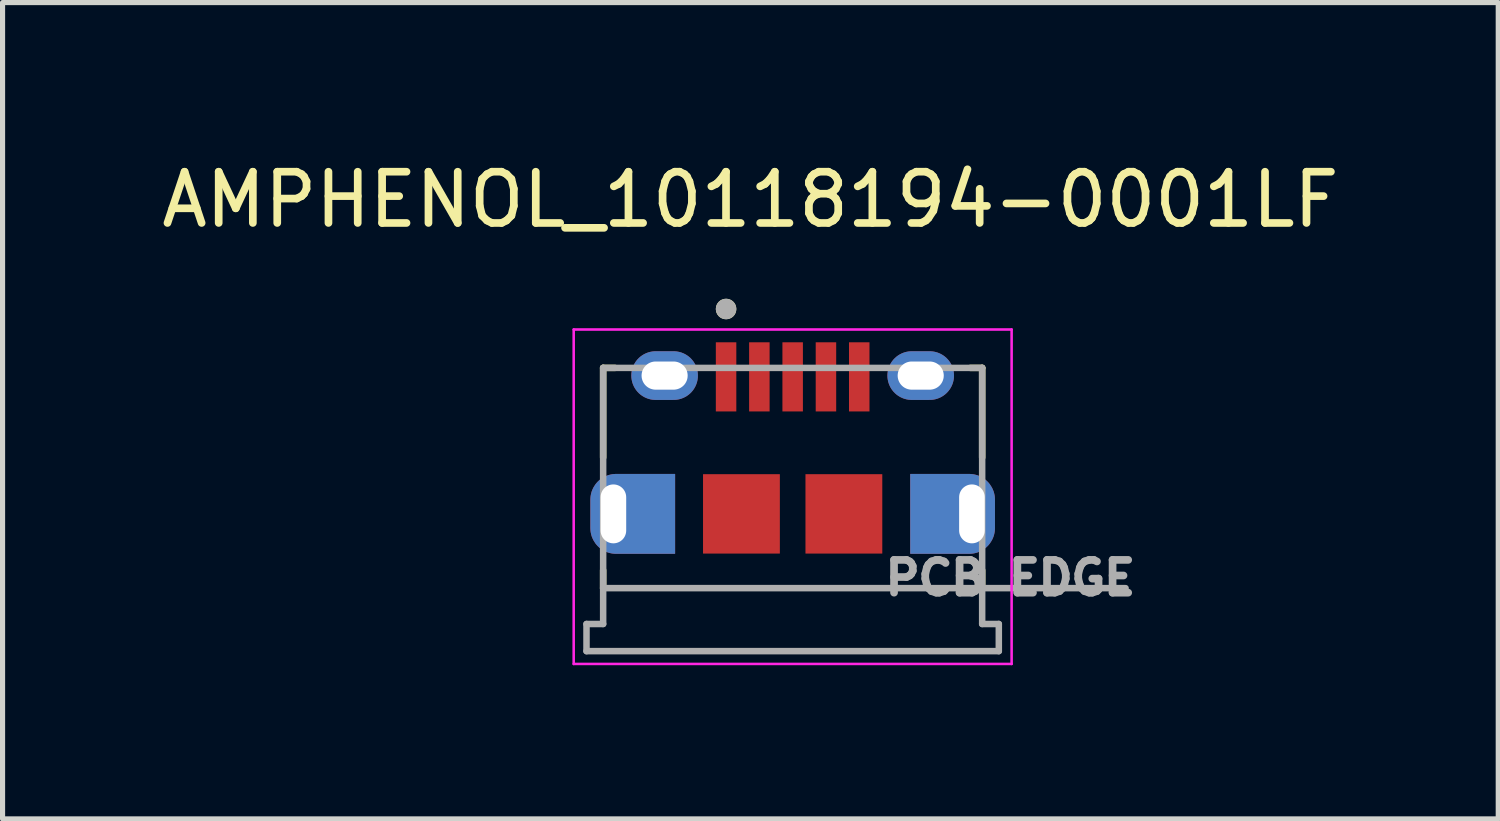
<source format=kicad_pcb>
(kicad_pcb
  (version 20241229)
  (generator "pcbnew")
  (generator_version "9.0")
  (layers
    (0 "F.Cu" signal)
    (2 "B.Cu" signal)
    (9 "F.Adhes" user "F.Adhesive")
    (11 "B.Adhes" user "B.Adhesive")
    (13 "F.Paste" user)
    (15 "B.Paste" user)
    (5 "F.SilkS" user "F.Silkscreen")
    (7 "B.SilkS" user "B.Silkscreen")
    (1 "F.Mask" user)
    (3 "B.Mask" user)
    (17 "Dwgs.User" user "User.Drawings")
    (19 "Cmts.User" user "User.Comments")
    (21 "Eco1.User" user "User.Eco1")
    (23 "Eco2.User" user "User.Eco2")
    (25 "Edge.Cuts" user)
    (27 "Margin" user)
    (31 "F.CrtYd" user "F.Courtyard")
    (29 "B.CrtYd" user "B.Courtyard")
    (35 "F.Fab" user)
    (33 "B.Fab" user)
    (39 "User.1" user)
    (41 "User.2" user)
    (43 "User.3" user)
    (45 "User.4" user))
  (footprint "AMPHENOL_10118194-0001LF"
    (layer "F.Cu")
    (at 12.426 6.983)
    (property "Reference" "AMPHENOL_10118194-0001LF" (at -0.825 -6.135 0) (layer "F.SilkS") (effects (font (size 1 1) (thickness 0.15))))
    (attr smd)
    (fp_poly (pts (xy -2.2 0.875) (xy -3.445 0.875) (xy -3.476 0.874) (xy -3.508 0.872) (xy -3.539 0.868) (xy -3.57 0.862) (xy -3.6 0.855) (xy -3.63 0.846) (xy -3.66 0.835) (xy -3.689 0.823) (xy -3.717 0.81) (xy -3.745 0.795) (xy -3.772 0.778) (xy -3.798 0.76) (xy -3.823 0.741) (xy -3.846 0.721) (xy -3.869 0.699) (xy -3.891 0.676) (xy -3.911 0.653) (xy -3.93 0.628) (xy -3.948 0.602) (xy -3.965 0.575) (xy -3.98 0.547) (xy -3.993 0.519) (xy -4.005 0.49) (xy -4.016 0.46) (xy -4.025 0.43) (xy -4.032 0.4) (xy -4.038 0.369) (xy -4.042 0.338) (xy -4.044 0.306) (xy -4.045 0.275) (xy -4.045 -0.275) (xy -4.044 -0.306) (xy -4.042 -0.338) (xy -4.038 -0.369) (xy -4.032 -0.4) (xy -4.025 -0.43) (xy -4.016 -0.46) (xy -4.005 -0.49) (xy -3.993 -0.519) (xy -3.98 -0.547) (xy -3.965 -0.575) (xy -3.948 -0.602) (xy -3.93 -0.628) (xy -3.911 -0.653) (xy -3.891 -0.676) (xy -3.869 -0.699) (xy -3.846 -0.721) (xy -3.823 -0.741) (xy -3.798 -0.76) (xy -3.772 -0.778) (xy -3.745 -0.795) (xy -3.717 -0.81) (xy -3.689 -0.823) (xy -3.66 -0.835) (xy -3.63 -0.846) (xy -3.6 -0.855) (xy -3.57 -0.862) (xy -3.539 -0.868) (xy -3.508 -0.872) (xy -3.476 -0.874) (xy -3.445 -0.875) (xy -2.2 -0.875) (xy -2.2 0.875)) (stroke (width 0.01) (type solid)) (fill yes) (layer "F.Mask"))
    (fp_poly (pts (xy 2.2 -0.875) (xy 3.445 -0.875) (xy 3.476 -0.874) (xy 3.508 -0.872) (xy 3.539 -0.868) (xy 3.57 -0.862) (xy 3.6 -0.855) (xy 3.63 -0.846) (xy 3.66 -0.835) (xy 3.689 -0.823) (xy 3.717 -0.81) (xy 3.745 -0.795) (xy 3.772 -0.778) (xy 3.798 -0.76) (xy 3.823 -0.741) (xy 3.846 -0.721) (xy 3.869 -0.699) (xy 3.891 -0.676) (xy 3.911 -0.653) (xy 3.93 -0.628) (xy 3.948 -0.602) (xy 3.965 -0.575) (xy 3.98 -0.547) (xy 3.993 -0.519) (xy 4.005 -0.49) (xy 4.016 -0.46) (xy 4.025 -0.43) (xy 4.032 -0.4) (xy 4.038 -0.369) (xy 4.042 -0.338) (xy 4.044 -0.306) (xy 4.045 -0.275) (xy 4.045 0.275) (xy 4.044 0.306) (xy 4.042 0.338) (xy 4.038 0.369) (xy 4.032 0.4) (xy 4.025 0.43) (xy 4.016 0.46) (xy 4.005 0.49) (xy 3.993 0.519) (xy 3.98 0.547) (xy 3.965 0.575) (xy 3.948 0.602) (xy 3.93 0.628) (xy 3.911 0.653) (xy 3.891 0.676) (xy 3.869 0.699) (xy 3.846 0.721) (xy 3.823 0.741) (xy 3.798 0.76) (xy 3.772 0.778) (xy 3.745 0.795) (xy 3.717 0.81) (xy 3.689 0.823) (xy 3.66 0.835) (xy 3.63 0.846) (xy 3.6 0.855) (xy 3.57 0.862) (xy 3.539 0.868) (xy 3.508 0.872) (xy 3.476 0.874) (xy 3.445 0.875) (xy 2.2 0.875) (xy 2.2 -0.875)) (stroke (width 0.01) (type solid)) (fill yes) (layer "F.Mask"))
    (fp_poly (pts (xy -3.013 -0.388) (xy -3.013 0.388) (xy -3.013 0.413) (xy -3.015 0.438) (xy -3.019 0.464) (xy -3.023 0.489) (xy -3.029 0.514) (xy -3.036 0.538) (xy -3.045 0.562) (xy -3.055 0.586) (xy -3.066 0.609) (xy -3.078 0.631) (xy -3.091 0.653) (xy -3.106 0.674) (xy -3.121 0.694) (xy -3.138 0.714) (xy -3.155 0.732) (xy -3.174 0.75) (xy -3.193 0.766) (xy -3.213 0.782) (xy -3.234 0.796) (xy -3.256 0.81) (xy -3.279 0.822) (xy -3.302 0.833) (xy -3.325 0.843) (xy -3.349 0.851) (xy -3.374 0.858) (xy -3.399 0.864) (xy -3.424 0.869) (xy -3.449 0.872) (xy -3.474 0.874) (xy -3.5 0.875) (xy -3.526 0.874) (xy -3.551 0.872) (xy -3.576 0.869) (xy -3.601 0.864) (xy -3.626 0.858) (xy -3.651 0.851) (xy -3.675 0.843) (xy -3.698 0.833) (xy -3.721 0.822) (xy -3.744 0.81) (xy -3.766 0.796) (xy -3.787 0.782) (xy -3.807 0.766) (xy -3.826 0.75) (xy -3.845 0.732) (xy -3.862 0.714) (xy -3.879 0.694) (xy -3.894 0.674) (xy -3.909 0.653) (xy -3.922 0.631) (xy -3.934 0.609) (xy -3.945 0.586) (xy -3.955 0.562) (xy -3.964 0.538) (xy -3.971 0.514) (xy -3.977 0.489) (xy -3.981 0.464) (xy -3.985 0.438) (xy -3.987 0.413) (xy -3.987 0.388) (xy -3.987 -0.388) (xy -3.987 -0.413) (xy -3.985 -0.438) (xy -3.981 -0.464) (xy -3.977 -0.489) (xy -3.971 -0.514) (xy -3.964 -0.538) (xy -3.955 -0.562) (xy -3.945 -0.586) (xy -3.934 -0.609) (xy -3.922 -0.631) (xy -3.909 -0.653) (xy -3.894 -0.674) (xy -3.879 -0.694) (xy -3.862 -0.714) (xy -3.845 -0.732) (xy -3.826 -0.75) (xy -3.807 -0.766) (xy -3.787 -0.782) (xy -3.766 -0.796) (xy -3.744 -0.81) (xy -3.721 -0.822) (xy -3.698 -0.833) (xy -3.675 -0.843) (xy -3.651 -0.851) (xy -3.626 -0.858) (xy -3.601 -0.864) (xy -3.576 -0.869) (xy -3.551 -0.872) (xy -3.526 -0.874) (xy -3.5 -0.875) (xy -3.474 -0.874) (xy -3.449 -0.872) (xy -3.424 -0.869) (xy -3.399 -0.864) (xy -3.374 -0.858) (xy -3.349 -0.851) (xy -3.325 -0.843) (xy -3.302 -0.833) (xy -3.279 -0.822) (xy -3.256 -0.81) (xy -3.234 -0.796) (xy -3.213 -0.782) (xy -3.193 -0.766) (xy -3.174 -0.75) (xy -3.155 -0.732) (xy -3.138 -0.714) (xy -3.121 -0.694) (xy -3.106 -0.674) (xy -3.091 -0.653) (xy -3.078 -0.631) (xy -3.066 -0.609) (xy -3.055 -0.586) (xy -3.045 -0.562) (xy -3.036 -0.538) (xy -3.029 -0.514) (xy -3.023 -0.489) (xy -3.019 -0.464) (xy -3.015 -0.438) (xy -3.013 -0.413) (xy -3.013 -0.388) (xy -3.013 -0.388)) (stroke (width 0.01) (type solid)) (fill yes) (layer "B.Mask"))
    (fp_poly (pts (xy 3.987 -0.388) (xy 3.987 0.388) (xy 3.987 0.413) (xy 3.985 0.438) (xy 3.981 0.464) (xy 3.977 0.489) (xy 3.971 0.514) (xy 3.964 0.538) (xy 3.955 0.562) (xy 3.945 0.586) (xy 3.934 0.609) (xy 3.922 0.631) (xy 3.909 0.653) (xy 3.894 0.674) (xy 3.879 0.694) (xy 3.862 0.714) (xy 3.845 0.732) (xy 3.826 0.75) (xy 3.807 0.766) (xy 3.787 0.782) (xy 3.766 0.796) (xy 3.744 0.81) (xy 3.721 0.822) (xy 3.698 0.833) (xy 3.675 0.843) (xy 3.651 0.851) (xy 3.626 0.858) (xy 3.601 0.864) (xy 3.576 0.869) (xy 3.551 0.872) (xy 3.526 0.874) (xy 3.5 0.875) (xy 3.474 0.874) (xy 3.449 0.872) (xy 3.424 0.869) (xy 3.399 0.864) (xy 3.374 0.858) (xy 3.349 0.851) (xy 3.325 0.843) (xy 3.302 0.833) (xy 3.279 0.822) (xy 3.256 0.81) (xy 3.234 0.796) (xy 3.213 0.782) (xy 3.193 0.766) (xy 3.174 0.75) (xy 3.155 0.732) (xy 3.138 0.714) (xy 3.121 0.694) (xy 3.106 0.674) (xy 3.091 0.653) (xy 3.078 0.631) (xy 3.066 0.609) (xy 3.055 0.586) (xy 3.045 0.562) (xy 3.036 0.538) (xy 3.029 0.514) (xy 3.023 0.489) (xy 3.019 0.464) (xy 3.015 0.438) (xy 3.013 0.413) (xy 3.013 0.388) (xy 3.013 -0.388) (xy 3.013 -0.413) (xy 3.015 -0.438) (xy 3.019 -0.464) (xy 3.023 -0.489) (xy 3.029 -0.514) (xy 3.036 -0.538) (xy 3.045 -0.562) (xy 3.055 -0.586) (xy 3.066 -0.609) (xy 3.078 -0.631) (xy 3.091 -0.653) (xy 3.106 -0.674) (xy 3.121 -0.694) (xy 3.138 -0.714) (xy 3.155 -0.732) (xy 3.174 -0.75) (xy 3.193 -0.766) (xy 3.213 -0.782) (xy 3.234 -0.796) (xy 3.256 -0.81) (xy 3.279 -0.822) (xy 3.302 -0.833) (xy 3.325 -0.843) (xy 3.349 -0.851) (xy 3.374 -0.858) (xy 3.399 -0.864) (xy 3.424 -0.869) (xy 3.449 -0.872) (xy 3.474 -0.874) (xy 3.5 -0.875) (xy 3.526 -0.874) (xy 3.551 -0.872) (xy 3.576 -0.869) (xy 3.601 -0.864) (xy 3.626 -0.858) (xy 3.651 -0.851) (xy 3.675 -0.843) (xy 3.698 -0.833) (xy 3.721 -0.822) (xy 3.744 -0.81) (xy 3.766 -0.796) (xy 3.787 -0.782) (xy 3.807 -0.766) (xy 3.826 -0.75) (xy 3.845 -0.732) (xy 3.862 -0.714) (xy 3.879 -0.694) (xy 3.894 -0.674) (xy 3.909 -0.653) (xy 3.922 -0.631) (xy 3.934 -0.609) (xy 3.945 -0.586) (xy 3.955 -0.562) (xy 3.964 -0.538) (xy 3.971 -0.514) (xy 3.977 -0.489) (xy 3.981 -0.464) (xy 3.985 -0.438) (xy 3.987 -0.413) (xy 3.987 -0.388) (xy 3.987 -0.388)) (stroke (width 0.01) (type solid)) (fill yes) (layer "B.Mask"))
    (fp_line (start -3.7 -2.85) (end -3.47 -2.85) (stroke (width 0.127) (type solid)) (layer "F.SilkS"))
    (fp_line (start -3.7 -1.1) (end -3.7 -2.85) (stroke (width 0.127) (type solid)) (layer "F.SilkS"))
    (fp_line (start -3.7 1.45) (end -3.7 1.1) (stroke (width 0.127) (type solid)) (layer "F.SilkS"))
    (fp_line (start 3.47 -2.85) (end 3.7 -2.85) (stroke (width 0.127) (type solid)) (layer "F.SilkS"))
    (fp_line (start 3.7 -2.85) (end 3.7 -1.1) (stroke (width 0.127) (type solid)) (layer "F.SilkS"))
    (fp_line (start 3.7 1.1) (end 3.7 1.45) (stroke (width 0.127) (type solid)) (layer "F.SilkS"))
    (fp_circle (center -1.3 -4) (end -1.2 -4) (stroke (width 0.2) (type solid)) (fill no) (layer "F.SilkS"))
    (fp_poly (pts (xy -2.3 0.775) (xy -3.445 0.775) (xy -3.471 0.774) (xy -3.497 0.772) (xy -3.523 0.769) (xy -3.549 0.764) (xy -3.574 0.758) (xy -3.6 0.751) (xy -3.624 0.742) (xy -3.648 0.732) (xy -3.672 0.721) (xy -3.695 0.708) (xy -3.717 0.694) (xy -3.739 0.68) (xy -3.76 0.664) (xy -3.78 0.647) (xy -3.799 0.629) (xy -3.817 0.61) (xy -3.834 0.59) (xy -3.85 0.569) (xy -3.864 0.547) (xy -3.878 0.525) (xy -3.891 0.502) (xy -3.902 0.478) (xy -3.912 0.454) (xy -3.921 0.43) (xy -3.928 0.404) (xy -3.934 0.379) (xy -3.939 0.353) (xy -3.942 0.327) (xy -3.944 0.301) (xy -3.945 0.275) (xy -3.945 -0.275) (xy -3.944 -0.301) (xy -3.942 -0.327) (xy -3.939 -0.353) (xy -3.934 -0.379) (xy -3.928 -0.404) (xy -3.921 -0.43) (xy -3.912 -0.454) (xy -3.902 -0.478) (xy -3.891 -0.502) (xy -3.878 -0.525) (xy -3.864 -0.547) (xy -3.85 -0.569) (xy -3.834 -0.59) (xy -3.817 -0.61) (xy -3.799 -0.629) (xy -3.78 -0.647) (xy -3.76 -0.664) (xy -3.739 -0.68) (xy -3.717 -0.694) (xy -3.695 -0.708) (xy -3.672 -0.721) (xy -3.648 -0.732) (xy -3.624 -0.742) (xy -3.6 -0.751) (xy -3.574 -0.758) (xy -3.549 -0.764) (xy -3.523 -0.769) (xy -3.497 -0.772) (xy -3.471 -0.774) (xy -3.445 -0.775) (xy -2.3 -0.775) (xy -2.3 0.775)) (stroke (width 0.01) (type solid)) (fill yes) (layer "F.Paste"))
    (fp_poly (pts (xy 2.3 -0.775) (xy 3.445 -0.775) (xy 3.471 -0.774) (xy 3.497 -0.772) (xy 3.523 -0.769) (xy 3.549 -0.764) (xy 3.574 -0.758) (xy 3.6 -0.751) (xy 3.624 -0.742) (xy 3.648 -0.732) (xy 3.672 -0.721) (xy 3.695 -0.708) (xy 3.717 -0.694) (xy 3.739 -0.68) (xy 3.76 -0.664) (xy 3.78 -0.647) (xy 3.799 -0.629) (xy 3.817 -0.61) (xy 3.834 -0.59) (xy 3.85 -0.569) (xy 3.864 -0.547) (xy 3.878 -0.525) (xy 3.891 -0.502) (xy 3.902 -0.478) (xy 3.912 -0.454) (xy 3.921 -0.43) (xy 3.928 -0.404) (xy 3.934 -0.379) (xy 3.939 -0.353) (xy 3.942 -0.327) (xy 3.944 -0.301) (xy 3.945 -0.275) (xy 3.945 0.275) (xy 3.944 0.301) (xy 3.942 0.327) (xy 3.939 0.353) (xy 3.934 0.379) (xy 3.928 0.404) (xy 3.921 0.43) (xy 3.912 0.454) (xy 3.902 0.478) (xy 3.891 0.502) (xy 3.878 0.525) (xy 3.864 0.547) (xy 3.85 0.569) (xy 3.834 0.59) (xy 3.817 0.61) (xy 3.799 0.629) (xy 3.78 0.647) (xy 3.76 0.664) (xy 3.739 0.68) (xy 3.717 0.694) (xy 3.695 0.708) (xy 3.672 0.721) (xy 3.648 0.732) (xy 3.624 0.742) (xy 3.6 0.751) (xy 3.574 0.758) (xy 3.549 0.764) (xy 3.523 0.769) (xy 3.497 0.772) (xy 3.471 0.774) (xy 3.445 0.775) (xy 2.3 0.775) (xy 2.3 -0.775)) (stroke (width 0.01) (type solid)) (fill yes) (layer "F.Paste"))
    (fp_line (start -4.275 -3.6) (end -4.275 2.93) (stroke (width 0.05) (type solid)) (layer "F.CrtYd"))
    (fp_line (start -4.275 2.93) (end 4.275 2.93) (stroke (width 0.05) (type solid)) (layer "F.CrtYd"))
    (fp_line (start 4.275 -3.6) (end -4.275 -3.6) (stroke (width 0.05) (type solid)) (layer "F.CrtYd"))
    (fp_line (start 4.275 2.93) (end 4.275 -3.6) (stroke (width 0.05) (type solid)) (layer "F.CrtYd"))
    (fp_line (start -4.025 2.15) (end -3.7 2.15) (stroke (width 0.127) (type solid)) (layer "F.Fab"))
    (fp_line (start -4.025 2.68) (end -4.025 2.15) (stroke (width 0.127) (type solid)) (layer "F.Fab"))
    (fp_line (start -3.7 -2.85) (end 3.7 -2.85) (stroke (width 0.127) (type solid)) (layer "F.Fab"))
    (fp_line (start -3.7 1.45) (end -3.7 -2.85) (stroke (width 0.127) (type solid)) (layer "F.Fab"))
    (fp_line (start -3.7 1.45) (end 6.5 1.45) (stroke (width 0.127) (type solid)) (layer "F.Fab"))
    (fp_line (start -3.7 2.15) (end -3.7 1.45) (stroke (width 0.127) (type solid)) (layer "F.Fab"))
    (fp_line (start 3.7 -2.85) (end 3.7 2.15) (stroke (width 0.127) (type solid)) (layer "F.Fab"))
    (fp_line (start 4.025 2.15) (end 3.7 2.15) (stroke (width 0.127) (type solid)) (layer "F.Fab"))
    (fp_line (start 4.025 2.68) (end -4.025 2.68) (stroke (width 0.127) (type solid)) (layer "F.Fab"))
    (fp_line (start 4.025 2.68) (end 4.025 2.15) (stroke (width 0.127) (type solid)) (layer "F.Fab"))
    (fp_circle (center -1.3 -4) (end -1.2 -4) (stroke (width 0.2) (type solid)) (fill no) (layer "F.Fab"))
    (fp_text user "PCB EDGE" (at 4.25 1.25 0) (layer "F.Fab") (effects (font (size 0.64 0.64) (thickness 0.15))))
    (pad "1" smd rect (at -1.3 -2.675) (size 0.4 1.35) (layers "F.Cu" "F.Mask" "F.Paste"))
    (pad "2" smd rect (at -0.65 -2.675) (size 0.4 1.35) (layers "F.Cu" "F.Mask" "F.Paste"))
    (pad "3" smd rect (at 0 -2.675) (size 0.4 1.35) (layers "F.Cu" "F.Mask" "F.Paste"))
    (pad "4" smd rect (at 0.65 -2.675) (size 0.4 1.35) (layers "F.Cu" "F.Mask" "F.Paste"))
    (pad "5" smd rect (at 1.3 -2.675) (size 0.4 1.35) (layers "F.Cu" "F.Mask" "F.Paste"))
    (pad "SH1" thru_hole custom (at -3.5 0) (size 0.775 1.55) (drill oval 0.5 1.15) (layers "*.Cu") (options (anchor circle)) (primitives (gr_poly (pts (xy 1.2 0.775) (xy 0.055 0.775) (xy 0.029 0.774) (xy 0.003 0.772) (xy -0.023 0.769) (xy -0.049 0.764) (xy -0.074 0.758) (xy -0.1 0.751) (xy -0.124 0.742) (xy -0.148 0.732) (xy -0.172 0.721) (xy -0.195 0.708) (xy -0.217 0.694) (xy -0.239 0.68) (xy -0.26 0.664) (xy -0.28 0.647) (xy -0.299 0.629) (xy -0.317 0.61) (xy -0.334 0.59) (xy -0.35 0.569) (xy -0.364 0.547) (xy -0.378 0.525) (xy -0.391 0.502) (xy -0.402 0.478) (xy -0.412 0.454) (xy -0.421 0.43) (xy -0.428 0.404) (xy -0.434 0.379) (xy -0.439 0.353) (xy -0.442 0.327) (xy -0.444 0.301) (xy -0.445 0.275) (xy -0.445 -0.275) (xy -0.444 -0.301) (xy -0.442 -0.327) (xy -0.439 -0.353) (xy -0.434 -0.379) (xy -0.428 -0.404) (xy -0.421 -0.43) (xy -0.412 -0.454) (xy -0.402 -0.478) (xy -0.391 -0.502) (xy -0.378 -0.525) (xy -0.364 -0.547) (xy -0.35 -0.569) (xy -0.334 -0.59) (xy -0.317 -0.61) (xy -0.299 -0.629) (xy -0.28 -0.647) (xy -0.26 -0.664) (xy -0.239 -0.68) (xy -0.217 -0.694) (xy -0.195 -0.708) (xy -0.172 -0.721) (xy -0.148 -0.732) (xy -0.124 -0.742) (xy -0.1 -0.751) (xy -0.074 -0.758) (xy -0.049 -0.764) (xy -0.023 -0.769) (xy 0.003 -0.772) (xy 0.029 -0.774) (xy 0.055 -0.775) (xy 1.2 -0.775) (xy 1.2 0.775)) (width 0.01) (fill yes))))
    (pad "SH2" smd rect (at 1 0) (size 1.5 1.55) (layers "F.Cu" "F.Mask" "F.Paste"))
    (pad "SH3" smd rect (at -1 0) (size 1.5 1.55) (layers "F.Cu" "F.Mask" "F.Paste"))
    (pad "SH4" thru_hole custom (at 3.5 0) (size 0.775 1.55) (drill oval 0.5 1.15) (layers "*.Cu") (options (anchor circle)) (primitives (gr_poly (pts (xy -1.2 -0.775) (xy -0.055 -0.775) (xy -0.029 -0.774) (xy -0.003 -0.772) (xy 0.023 -0.769) (xy 0.049 -0.764) (xy 0.074 -0.758) (xy 0.1 -0.751) (xy 0.124 -0.742) (xy 0.148 -0.732) (xy 0.172 -0.721) (xy 0.195 -0.708) (xy 0.217 -0.694) (xy 0.239 -0.68) (xy 0.26 -0.664) (xy 0.28 -0.647) (xy 0.299 -0.629) (xy 0.317 -0.61) (xy 0.334 -0.59) (xy 0.35 -0.569) (xy 0.364 -0.547) (xy 0.378 -0.525) (xy 0.391 -0.502) (xy 0.402 -0.478) (xy 0.412 -0.454) (xy 0.421 -0.43) (xy 0.428 -0.404) (xy 0.434 -0.379) (xy 0.439 -0.353) (xy 0.442 -0.327) (xy 0.444 -0.301) (xy 0.445 -0.275) (xy 0.445 0.275) (xy 0.444 0.301) (xy 0.442 0.327) (xy 0.439 0.353) (xy 0.434 0.379) (xy 0.428 0.404) (xy 0.421 0.43) (xy 0.412 0.454) (xy 0.402 0.478) (xy 0.391 0.502) (xy 0.378 0.525) (xy 0.364 0.547) (xy 0.35 0.569) (xy 0.334 0.59) (xy 0.317 0.61) (xy 0.299 0.629) (xy 0.28 0.647) (xy 0.26 0.664) (xy 0.239 0.68) (xy 0.217 0.694) (xy 0.195 0.708) (xy 0.172 0.721) (xy 0.148 0.732) (xy 0.124 0.742) (xy 0.1 0.751) (xy 0.074 0.758) (xy 0.049 0.764) (xy 0.023 0.769) (xy -0.003 0.772) (xy -0.029 0.774) (xy -0.055 0.775) (xy -1.2 0.775) (xy -1.2 -0.775)) (width 0.01) (fill yes))))
    (pad "SH5" thru_hole oval (at -2.5 -2.7) (size 1.3 0.95) (drill oval 0.9 0.55) (layers "*.Cu" "*.Mask"))
    (pad "SH6" thru_hole oval (at 2.5 -2.7) (size 1.3 0.95) (drill oval 0.9 0.55) (layers "*.Cu" "*.Mask")))
  (gr_rect
    (start -3 -3)
    (end 26.202 12.938)
    (stroke (width 0.1) (type default))
    (fill no)
    (layer "Edge.Cuts")))
</source>
